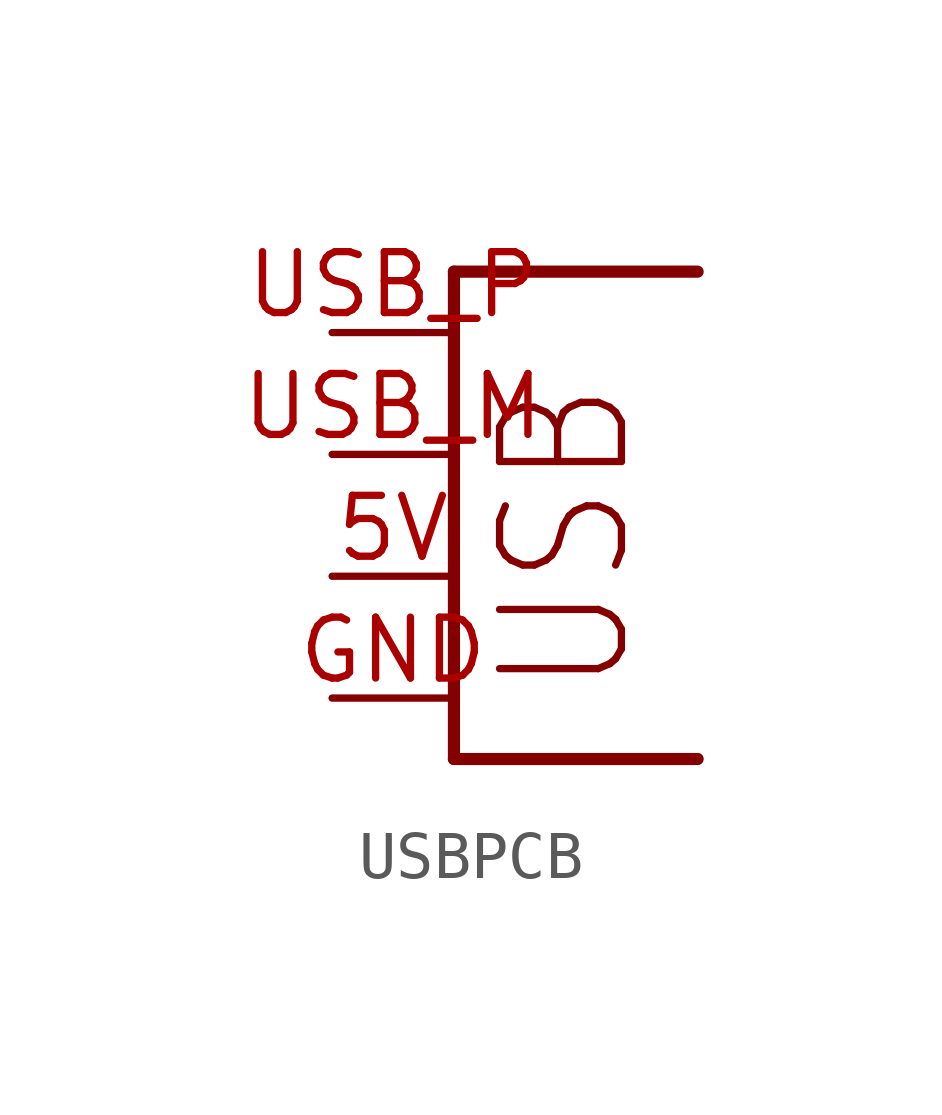
<source format=kicad_sym>
(kicad_symbol_lib
  (version 20231120)
  (generator "kicad_symbol_editor")
  (generator_version "8.0")
  (symbol "USBPCB"
    (property "Reference" "JP"
      (at 0 0 0)
      (effects (font (size 1.27 1.27)) (hide yes)))
    (property "ki_locked" ""
      (at 0 0 0)
      (effects (font (size 1.27 1.27))))
    (symbol "USBPCB_1_0"
      (polyline (pts (xy 0 -1.27) (xy 5.08 -1.27)) (stroke (width 0.254) (type solid)) (fill (type none)))
      (polyline (pts (xy 0 8.89) (xy 0 -1.27)) (stroke (width 0.254) (type solid)) (fill (type none)))
      (polyline (pts (xy 5.08 8.89) (xy 0 8.89)) (stroke (width 0.254) (type solid)) (fill (type none)))
      (text "USB" (at 3.81 0 900) (effects (font (size 2.54 2.159)) (justify left bottom)))
      (pin bidirectional line (at -2.54 2.54 0) (length 2.54) (name "VBUS" (effects (font (size 0 0)))) (number "5V" (effects (font (size 1.27 1.27)))))
      (pin bidirectional line (at -2.54 0 0) (length 2.54) (name "GND" (effects (font (size 0 0)))) (number "GND" (effects (font (size 1.27 1.27)))))
      (pin bidirectional line (at -2.54 5.08 0) (length 2.54) (name "D-" (effects (font (size 0 0)))) (number "USB_M" (effects (font (size 1.27 1.27)))))
      (pin bidirectional line (at -2.54 7.62 0) (length 2.54) (name "D+" (effects (font (size 0 0)))) (number "USB_P" (effects (font (size 1.27 1.27))))))))
</source>
